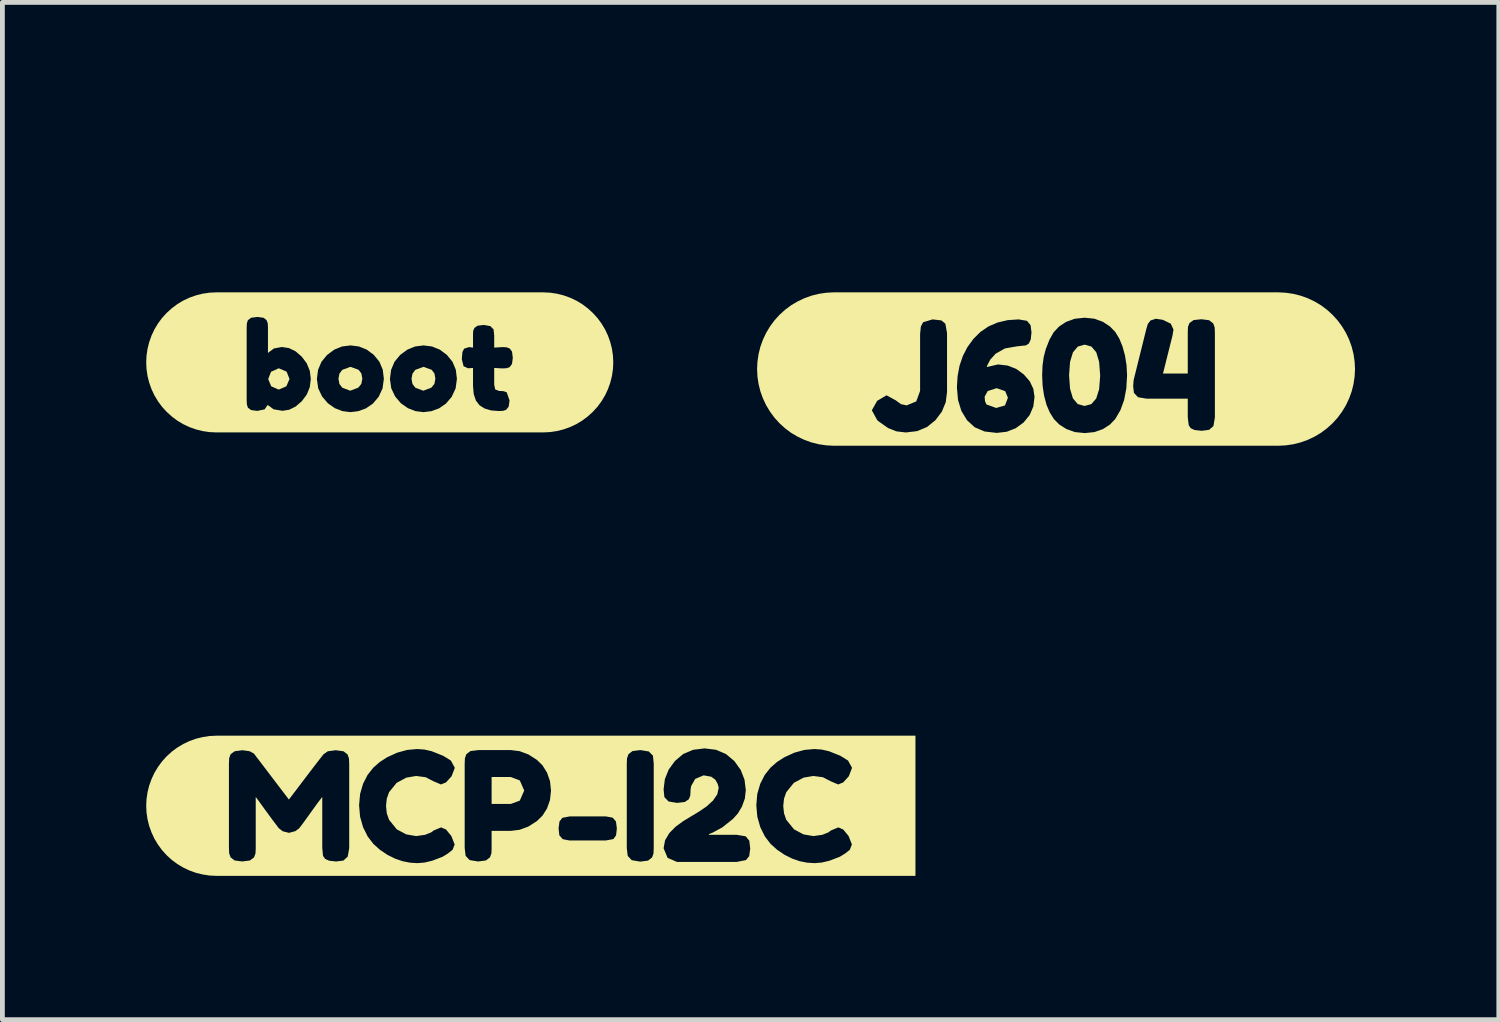
<source format=kicad_pcb>
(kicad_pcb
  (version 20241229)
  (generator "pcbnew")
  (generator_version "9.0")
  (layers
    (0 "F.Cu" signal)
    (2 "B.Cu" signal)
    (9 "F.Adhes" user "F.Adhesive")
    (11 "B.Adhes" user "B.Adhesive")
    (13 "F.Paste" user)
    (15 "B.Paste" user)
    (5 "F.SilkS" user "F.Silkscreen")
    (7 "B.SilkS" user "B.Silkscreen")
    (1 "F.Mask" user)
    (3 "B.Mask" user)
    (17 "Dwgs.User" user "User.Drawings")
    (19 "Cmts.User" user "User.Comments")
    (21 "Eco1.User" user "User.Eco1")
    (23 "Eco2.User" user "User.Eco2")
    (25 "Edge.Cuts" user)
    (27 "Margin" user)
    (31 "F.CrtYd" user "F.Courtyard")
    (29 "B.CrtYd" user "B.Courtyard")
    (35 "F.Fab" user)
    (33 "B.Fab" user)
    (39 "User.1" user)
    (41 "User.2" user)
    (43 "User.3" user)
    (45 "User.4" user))
  (footprint "kibuzzard-65BC6282"
    (layer "F.Cu")
    (at 18.981 4.649)
    (property "Reference" "kibuzzard-65BC6282" (at 0 -4.648 0) (layer "F.SilkS") (effects (font (size 0.001 0.001) (thickness 0.15))))
    (attr board_only exclude_from_pos_files exclude_from_bom)
    (fp_poly (pts (xy -1.249 0.812) (xy -1.065 0.759) (xy -1.004 0.599) (xy -1.06 0.462) (xy -1.238 0.399) (xy -1.425 0.458) (xy -1.49 0.577) (xy -1.482 0.669) (xy -1.452 0.739) (xy -1.249 0.812)) (stroke (width 0) (type solid)) (fill yes) (layer "F.SilkS"))
    (fp_poly (pts (xy 0.593 0.77) (xy 0.736 0.732) (xy 0.838 0.615) (xy 0.899 0.42) (xy 0.92 0.148) (xy 0.92 0.129) (xy 0.899 -0.15) (xy 0.839 -0.35) (xy 0.738 -0.469) (xy 0.596 -0.509) (xy 0.454 -0.469) (xy 0.353 -0.349) (xy 0.292 -0.149) (xy 0.272 0.131) (xy 0.292 0.411) (xy 0.352 0.611) (xy 0.452 0.73) (xy 0.593 0.77)) (stroke (width 0) (type solid)) (fill yes) (layer "F.SilkS"))
    (fp_poly (pts (xy -3.843 -1.6) (xy -4.637 -1.6) (xy -4.793 -1.592) (xy -4.949 -1.569) (xy -5.101 -1.531) (xy -5.249 -1.478) (xy -5.391 -1.411) (xy -5.526 -1.331) (xy -5.652 -1.237) (xy -5.768 -1.132) (xy -5.874 -1.015) (xy -5.967 -0.889) (xy -6.048 -0.754) (xy -6.115 -0.612) (xy -6.168 -0.465) (xy -6.206 -0.312) (xy -6.229 -0.157) (xy -6.237 0) (xy -6.229 0.157) (xy -6.206 0.312) (xy -6.168 0.465) (xy -6.115 0.612) (xy -6.048 0.754) (xy -5.967 0.889) (xy -5.874 1.015) (xy -5.768 1.132) (xy -5.652 1.237) (xy -5.526 1.331) (xy -5.391 1.411) (xy -5.249 1.478) (xy -5.101 1.531) (xy -4.949 1.569) (xy -4.793 1.592) (xy -4.637 1.6) (xy -3.843 1.6) (xy -3.132 1.6) (xy -3.132 1.323) (xy -3.329 1.3) (xy -3.503 1.231) (xy -3.706 1.088) (xy -3.732 1.063) (xy -3.843 0.861) (xy -3.732 0.663) (xy -3.535 0.548) (xy -3.344 0.653) (xy -3.235 0.732) (xy -3.117 0.758) (xy -2.916 0.675) (xy -2.836 0.456) (xy -2.836 -0.731) (xy -2.82 -0.888) (xy -2.773 -0.976) (xy -2.576 -1.036) (xy -2.393 -1.015) (xy -2.309 -0.947) (xy -2.274 -0.75) (xy -2.274 0.478) (xy -2.301 0.692) (xy -2.382 0.888) (xy -2.516 1.067) (xy -2.691 1.209) (xy -2.897 1.295) (xy -3.132 1.323) (xy -3.132 1.6) (xy -1.236 1.6) (xy -1.236 1.332) (xy -1.489 1.303) (xy -1.696 1.215) (xy -1.858 1.067) (xy -1.975 0.873) (xy -2.045 0.645) (xy -2.068 0.383) (xy -2.054 0.149) (xy -2.013 -0.07) (xy -1.944 -0.273) (xy -1.848 -0.459) (xy -1.723 -0.63) (xy -1.576 -0.776) (xy -1.408 -0.89) (xy -1.219 -0.971) (xy -1.011 -1.02) (xy -0.782 -1.036) (xy -0.606 -1.006) (xy -0.531 -0.915) (xy -0.512 -0.763) (xy -0.528 -0.617) (xy -0.566 -0.534) (xy -0.63 -0.493) (xy -0.814 -0.474) (xy -1.066 -0.43) (xy -1.258 -0.322) (xy -1.371 -0.198) (xy -1.43 -0.087) (xy -1.446 -0.042) (xy -1.211 -0.096) (xy -1.011 -0.073) (xy -0.832 -0.004) (xy -0.673 0.112) (xy -0.548 0.256) (xy -0.474 0.412) (xy -0.449 0.58) (xy -0.474 0.782) (xy -0.551 0.961) (xy -0.679 1.117) (xy -0.843 1.236) (xy -1.029 1.308) (xy -1.236 1.332) (xy -1.236 1.6) (xy 0.599 1.6) (xy 0.599 1.336) (xy 0.395 1.315) (xy 0.216 1.251) (xy 0.068 1.157) (xy -0.044 1.044) (xy -0.129 0.908) (xy -0.198 0.748) (xy -0.249 0.558) (xy -0.28 0.352) (xy -0.29 0.129) (xy -0.282 -0.072) (xy -0.257 -0.253) (xy -0.215 -0.414) (xy -0.136 -0.615) (xy -0.049 -0.768) (xy 0.062 -0.886) (xy 0.21 -0.984) (xy 0.39 -1.049) (xy 0.596 -1.071) (xy 0.801 -1.05) (xy 0.978 -0.985) (xy 1.124 -0.889) (xy 1.236 -0.773) (xy 1.32 -0.634) (xy 1.386 -0.474) (xy 1.439 -0.28) (xy 1.471 -0.078) (xy 1.482 0.132) (xy 1.466 0.405) (xy 1.42 0.647) (xy 1.342 0.86) (xy 1.234 1.044) (xy 1.124 1.159) (xy 0.978 1.253) (xy 0.802 1.315) (xy 0.599 1.336) (xy 0.599 1.6) (xy 3.037 1.6) (xy 3.037 1.288) (xy 2.891 1.272) (xy 2.809 1.234) (xy 2.768 1.171) (xy 2.748 1.005) (xy 2.748 0.618) (xy 1.888 0.618) (xy 1.711 0.588) (xy 1.625 0.497) (xy 1.609 0.361) (xy 1.618 0.234) (xy 1.882 -0.83) (xy 1.915 -0.941) (xy 1.972 -1.014) (xy 2.082 -1.049) (xy 2.228 -1.027) (xy 2.394 -0.946) (xy 2.45 -0.823) (xy 2.428 -0.69) (xy 2.425 -0.681) (xy 2.231 0.094) (xy 2.748 0.094) (xy 2.748 -0.773) (xy 2.753 -0.881) (xy 2.783 -0.96) (xy 2.871 -1.022) (xy 3.033 -1.039) (xy 3.193 -1.019) (xy 3.279 -0.952) (xy 3.309 -0.868) (xy 3.314 -0.757) (xy 3.314 1.009) (xy 3.283 1.191) (xy 3.191 1.269) (xy 3.037 1.288) (xy 3.037 1.6) (xy 3.314 1.6) (xy 4.637 1.6) (xy 4.793 1.592) (xy 4.949 1.569) (xy 5.101 1.531) (xy 5.249 1.478) (xy 5.391 1.411) (xy 5.526 1.331) (xy 5.652 1.237) (xy 5.768 1.132) (xy 5.874 1.015) (xy 5.967 0.889) (xy 6.048 0.754) (xy 6.115 0.612) (xy 6.168 0.465) (xy 6.206 0.312) (xy 6.229 0.157) (xy 6.237 0) (xy 6.229 -0.157) (xy 6.206 -0.312) (xy 6.168 -0.465) (xy 6.115 -0.612) (xy 6.048 -0.754) (xy 5.967 -0.889) (xy 5.874 -1.015) (xy 5.768 -1.132) (xy 5.652 -1.237) (xy 5.526 -1.331) (xy 5.391 -1.411) (xy 5.249 -1.478) (xy 5.101 -1.531) (xy 4.949 -1.569) (xy 4.793 -1.592) (xy 4.637 -1.6) (xy 3.314 -1.6) (xy -3.843 -1.6)) (stroke (width 0) (type solid)) (fill yes) (layer "F.SilkS")))
  (footprint "kibuzzard-65A40139"
    (layer "F.Cu")
    (at 4.872 4.51)
    (property "Reference" "kibuzzard-65A40139" (at 0 -4.509 0) (layer "F.SilkS") (effects (font (size 0.001 0.001) (thickness 0.15))))
    (attr board_only exclude_from_pos_files exclude_from_bom)
    (fp_poly (pts (xy -2.264 0.499) (xy -2.108 0.568) (xy -1.948 0.499) (xy -1.882 0.347) (xy -1.943 0.193) (xy -2.106 0.123) (xy -2.267 0.195) (xy -2.327 0.348) (xy -2.264 0.499)) (stroke (width 0) (type solid)) (fill yes) (layer "F.SilkS"))
    (fp_poly (pts (xy -0.78 0.529) (xy -0.615 0.591) (xy -0.447 0.527) (xy -0.384 0.449) (xy -0.363 0.339) (xy -0.383 0.231) (xy -0.442 0.154) (xy -0.612 0.093) (xy -0.782 0.156) (xy -0.841 0.235) (xy -0.861 0.343) (xy -0.841 0.451) (xy -0.78 0.529)) (stroke (width 0) (type solid)) (fill yes) (layer "F.SilkS"))
    (fp_poly (pts (xy 0.744 0.529) (xy 0.909 0.591) (xy 1.077 0.527) (xy 1.14 0.449) (xy 1.161 0.339) (xy 1.141 0.231) (xy 1.082 0.154) (xy 0.912 0.093) (xy 0.742 0.156) (xy 0.683 0.235) (xy 0.663 0.343) (xy 0.683 0.451) (xy 0.744 0.529)) (stroke (width 0) (type solid)) (fill yes) (layer "F.SilkS"))
    (fp_poly (pts (xy -2.776 -1.461) (xy -3.411 -1.461) (xy -3.554 -1.454) (xy -3.696 -1.433) (xy -3.835 -1.398) (xy -3.97 -1.35) (xy -4.1 -1.289) (xy -4.223 -1.215) (xy -4.338 -1.129) (xy -4.444 -1.033) (xy -4.541 -0.927) (xy -4.626 -0.812) (xy -4.7 -0.689) (xy -4.761 -0.559) (xy -4.809 -0.424) (xy -4.844 -0.285) (xy -4.865 -0.143) (xy -4.872 0) (xy -4.865 0.143) (xy -4.844 0.285) (xy -4.809 0.424) (xy -4.761 0.559) (xy -4.7 0.689) (xy -4.626 0.812) (xy -4.541 0.927) (xy -4.444 1.033) (xy -4.338 1.129) (xy -4.223 1.215) (xy -4.1 1.289) (xy -3.97 1.35) (xy -3.835 1.398) (xy -3.696 1.433) (xy -3.554 1.454) (xy -3.411 1.461) (xy -2.776 1.461) (xy -2.555 1.461) (xy -2.555 1.012) (xy -2.684 0.995) (xy -2.751 0.944) (xy -2.772 0.876) (xy -2.776 0.789) (xy -2.776 -0.728) (xy -2.772 -0.815) (xy -2.751 -0.88) (xy -2.684 -0.931) (xy -2.553 -0.948) (xy -2.424 -0.931) (xy -2.36 -0.88) (xy -2.336 -0.813) (xy -2.332 -0.725) (xy -2.332 -0.197) (xy -2.209 -0.29) (xy -2.042 -0.321) (xy -1.896 -0.299) (xy -1.757 -0.232) (xy -1.627 -0.12) (xy -1.522 0.021) (xy -1.459 0.176) (xy -1.438 0.346) (xy -1.459 0.515) (xy -1.521 0.67) (xy -1.626 0.81) (xy -1.754 0.921) (xy -1.889 0.988) (xy -2.029 1.01) (xy -2.214 0.979) (xy -2.337 0.888) (xy -2.402 0.981) (xy -2.555 1.012) (xy -2.555 1.461) (xy -0.612 1.461) (xy -0.612 1.038) (xy -0.777 1.017) (xy -0.937 0.955) (xy -1.082 0.853) (xy -1.203 0.711) (xy -1.284 0.54) (xy -1.311 0.347) (xy -1.287 0.156) (xy -1.216 -0.012) (xy -1.097 -0.156) (xy -0.948 -0.266) (xy -0.786 -0.332) (xy -0.61 -0.354) (xy -0.434 -0.332) (xy -0.272 -0.267) (xy -0.124 -0.157) (xy -0.007 -0.014) (xy 0.063 0.153) (xy 0.086 0.344) (xy 0.059 0.543) (xy -0.023 0.719) (xy -0.144 0.861) (xy -0.288 0.96) (xy -0.447 1.018) (xy -0.612 1.038) (xy -0.612 1.461) (xy 0.912 1.461) (xy 0.912 1.038) (xy 0.747 1.017) (xy 0.587 0.955) (xy 0.442 0.853) (xy 0.321 0.711) (xy 0.24 0.54) (xy 0.213 0.347) (xy 0.237 0.156) (xy 0.308 -0.012) (xy 0.427 -0.156) (xy 0.576 -0.266) (xy 0.738 -0.332) (xy 0.914 -0.354) (xy 1.09 -0.332) (xy 1.252 -0.267) (xy 1.4 -0.157) (xy 1.517 -0.014) (xy 1.587 0.153) (xy 1.61 0.344) (xy 1.583 0.543) (xy 1.501 0.719) (xy 1.38 0.861) (xy 1.236 0.96) (xy 1.077 1.018) (xy 0.912 1.038) (xy 0.912 1.461) (xy 2.484 1.461) (xy 2.484 1.015) (xy 2.322 1.002) (xy 2.188 0.962) (xy 2.083 0.896) (xy 2.007 0.798) (xy 1.961 0.663) (xy 1.946 0.492) (xy 1.946 0.116) (xy 1.841 0.123) (xy 1.749 0.08) (xy 1.712 -0.067) (xy 1.725 -0.218) (xy 1.76 -0.286) (xy 1.862 -0.319) (xy 1.946 -0.308) (xy 1.946 -0.57) (xy 1.949 -0.656) (xy 1.974 -0.717) (xy 2.039 -0.765) (xy 2.169 -0.781) (xy 2.307 -0.757) (xy 2.375 -0.687) (xy 2.388 -0.557) (xy 2.388 -0.308) (xy 2.557 -0.319) (xy 2.643 -0.315) (xy 2.71 -0.291) (xy 2.76 -0.225) (xy 2.776 -0.095) (xy 2.759 0.034) (xy 2.708 0.101) (xy 2.64 0.122) (xy 2.553 0.126) (xy 2.388 0.116) (xy 2.388 0.466) (xy 2.409 0.565) (xy 2.49 0.596) (xy 2.582 0.6) (xy 2.649 0.624) (xy 2.708 0.794) (xy 2.69 0.923) (xy 2.637 0.99) (xy 2.569 1.011) (xy 2.484 1.015) (xy 2.484 1.461) (xy 2.776 1.461) (xy 3.411 1.461) (xy 3.554 1.454) (xy 3.696 1.433) (xy 3.835 1.398) (xy 3.97 1.35) (xy 4.1 1.289) (xy 4.223 1.215) (xy 4.338 1.129) (xy 4.444 1.033) (xy 4.541 0.927) (xy 4.626 0.812) (xy 4.7 0.689) (xy 4.761 0.559) (xy 4.809 0.424) (xy 4.844 0.285) (xy 4.865 0.143) (xy 4.872 0) (xy 4.865 -0.143) (xy 4.844 -0.285) (xy 4.809 -0.424) (xy 4.761 -0.559) (xy 4.7 -0.689) (xy 4.626 -0.812) (xy 4.541 -0.927) (xy 4.444 -1.033) (xy 4.338 -1.129) (xy 4.223 -1.215) (xy 4.1 -1.289) (xy 3.97 -1.35) (xy 3.835 -1.398) (xy 3.696 -1.433) (xy 3.554 -1.454) (xy 3.411 -1.461) (xy 2.776 -1.461) (xy -2.776 -1.461)) (stroke (width 0) (type solid)) (fill yes) (layer "F.SilkS")))
  (footprint "kibuzzard-65BFAF9E"
    (layer "F.Cu")
    (at 8.024 13.76)
    (property "Reference" "kibuzzard-65BFAF9E" (at 0 -4.51 0) (layer "F.SilkS") (effects (font (size 0.001 0.001) (thickness 0.15))))
    (attr board_only exclude_from_pos_files exclude_from_bom)
    (fp_poly (pts (xy -0.421 -0.6) (xy -0.818 -0.6) (xy -0.818 -0.038) (xy -0.418 -0.038) (xy -0.23 -0.108) (xy -0.138 -0.318) (xy -0.23 -0.529) (xy -0.421 -0.6)) (stroke (width 0) (type solid)) (fill yes) (layer "F.SilkS"))
    (fp_poly (pts (xy -6.298 -1.462) (xy -6.562 -1.462) (xy -6.705 -1.455) (xy -6.847 -1.433) (xy -6.986 -1.399) (xy -7.122 -1.35) (xy -7.251 -1.289) (xy -7.374 -1.215) (xy -7.489 -1.13) (xy -7.596 -1.033) (xy -7.692 -0.927) (xy -7.777 -0.812) (xy -7.851 -0.689) (xy -7.912 -0.559) (xy -7.961 -0.424) (xy -7.996 -0.285) (xy -8.017 -0.143) (xy -8.024 0) (xy -8.017 0.143) (xy -7.996 0.285) (xy -7.961 0.424) (xy -7.912 0.559) (xy -7.851 0.689) (xy -7.777 0.812) (xy -7.692 0.927) (xy -7.596 1.033) (xy -7.489 1.13) (xy -7.374 1.215) (xy -7.251 1.289) (xy -7.122 1.35) (xy -6.986 1.399) (xy -6.847 1.433) (xy -6.705 1.455) (xy -6.562 1.462) (xy -6.298 1.462) (xy -4.062 1.462) (xy -4.062 1.162) (xy -4.208 1.146) (xy -4.291 1.108) (xy -4.335 1.045) (xy -4.351 0.879) (xy -4.351 -0.184) (xy -4.449 -0.057) (xy -4.583 0.129) (xy -4.708 0.303) (xy -4.777 0.397) (xy -4.834 0.471) (xy -4.912 0.529) (xy -5.045 0.565) (xy -5.175 0.532) (xy -5.259 0.467) (xy -5.285 0.432) (xy -5.379 0.308) (xy -5.536 0.094) (xy -5.68 -0.105) (xy -5.739 -0.184) (xy -5.739 0.886) (xy -5.744 0.995) (xy -5.774 1.076) (xy -5.859 1.141) (xy -6.021 1.162) (xy -6.179 1.141) (xy -6.263 1.076) (xy -6.293 0.994) (xy -6.298 0.879) (xy -6.298 -0.883) (xy -6.293 -0.992) (xy -6.263 -1.076) (xy -6.177 -1.138) (xy -6.015 -1.159) (xy -5.867 -1.138) (xy -5.786 -1.095) (xy -5.767 -1.076) (xy -5.047 -0.13) (xy -4.845 -0.396) (xy -4.672 -0.624) (xy -4.528 -0.813) (xy -4.413 -0.962) (xy -4.326 -1.073) (xy -4.235 -1.137) (xy -4.07 -1.159) (xy -3.908 -1.137) (xy -3.824 -1.073) (xy -3.794 -0.987) (xy -3.789 -0.876) (xy -3.789 0.886) (xy -3.82 1.06) (xy -3.91 1.143) (xy -4.062 1.162) (xy -4.062 1.462) (xy -2.369 1.462) (xy -2.369 1.197) (xy -2.52 1.187) (xy -2.673 1.157) (xy -2.83 1.104) (xy -2.991 1.024) (xy -3.146 0.92) (xy -3.285 0.795) (xy -3.403 0.641) (xy -3.499 0.449) (xy -3.562 0.229) (xy -3.583 -0.01) (xy -3.562 -0.246) (xy -3.5 -0.459) (xy -3.406 -0.643) (xy -3.289 -0.792) (xy -3.152 -0.913) (xy -2.996 -1.013) (xy -2.788 -1.108) (xy -2.579 -1.165) (xy -2.37 -1.184) (xy -2.22 -1.173) (xy -2.067 -1.138) (xy -1.834 -1.045) (xy -1.757 -1) (xy -1.668 -0.943) (xy -1.586 -0.792) (xy -1.653 -0.616) (xy -1.77 -0.487) (xy -1.875 -0.445) (xy -2.037 -0.514) (xy -2.192 -0.595) (xy -2.392 -0.622) (xy -2.597 -0.587) (xy -2.799 -0.479) (xy -2.958 -0.283) (xy -3.005 -0.147) (xy -3.021 0.005) (xy -3.005 0.157) (xy -2.958 0.292) (xy -2.796 0.492) (xy -2.598 0.597) (xy -2.392 0.632) (xy -2.207 0.606) (xy -2.081 0.556) (xy -2.024 0.514) (xy -1.872 0.451) (xy -1.769 0.495) (xy -1.659 0.629) (xy -1.589 0.806) (xy -1.632 0.918) (xy -1.732 0.997) (xy -1.841 1.064) (xy -2.056 1.146) (xy -2.215 1.184) (xy -2.369 1.197) (xy -2.369 1.462) (xy -1.1 1.462) (xy -1.1 1.162) (xy -1.276 1.133) (xy -1.36 1.045) (xy -1.38 0.879) (xy -1.38 -0.883) (xy -1.375 -0.992) (xy -1.345 -1.076) (xy -1.26 -1.141) (xy -1.097 -1.162) (xy -0.418 -1.162) (xy -0.233 -1.139) (xy -0.052 -1.072) (xy 0.125 -0.959) (xy 0.244 -0.843) (xy 0.338 -0.692) (xy 0.4 -0.514) (xy 0.421 -0.318) (xy 0.4 -0.121) (xy 0.338 0.056) (xy 0.244 0.205) (xy 0.125 0.321) (xy -0.052 0.434) (xy -0.234 0.501) (xy -0.421 0.524) (xy -0.818 0.524) (xy -0.818 0.883) (xy -0.822 0.992) (xy -0.852 1.076) (xy -0.937 1.141) (xy -1.1 1.162) (xy -1.1 1.462) (xy 1.564 1.462) (xy 1.564 0.724) (xy 0.808 0.724) (xy 0.666 0.697) (xy 0.595 0.616) (xy 0.579 0.47) (xy 0.598 0.327) (xy 0.659 0.251) (xy 0.811 0.222) (xy 1.567 0.222) (xy 1.708 0.248) (xy 1.776 0.327) (xy 1.795 0.473) (xy 1.778 0.618) (xy 1.722 0.695) (xy 1.564 0.724) (xy 1.564 1.462) (xy 2.281 1.462) (xy 2.281 1.165) (xy 2.105 1.135) (xy 2.021 1.045) (xy 2.002 0.883) (xy 2.002 -0.883) (xy 2.007 -0.992) (xy 2.037 -1.076) (xy 2.121 -1.141) (xy 2.284 -1.162) (xy 2.461 -1.133) (xy 2.548 -1.045) (xy 2.564 -0.879) (xy 2.564 0.886) (xy 2.559 0.997) (xy 2.529 1.079) (xy 2.445 1.144) (xy 2.281 1.165) (xy 2.281 1.462) (xy 4.291 1.462) (xy 4.291 1.172) (xy 3.05 1.172) (xy 2.853 1.086) (xy 2.77 0.886) (xy 2.8 0.721) (xy 2.889 0.57) (xy 3.021 0.436) (xy 3.177 0.322) (xy 3.345 0.22) (xy 3.513 0.119) (xy 3.669 0.012) (xy 3.8 -0.108) (xy 3.89 -0.239) (xy 3.92 -0.378) (xy 3.897 -0.459) (xy 3.848 -0.545) (xy 3.764 -0.606) (xy 3.605 -0.635) (xy 3.429 -0.56) (xy 3.345 -0.413) (xy 3.332 -0.34) (xy 3.332 -0.321) (xy 3.327 -0.216) (xy 3.297 -0.137) (xy 3.212 -0.079) (xy 3.05 -0.06) (xy 2.873 -0.09) (xy 2.786 -0.181) (xy 2.77 -0.343) (xy 2.796 -0.555) (xy 2.875 -0.753) (xy 3.007 -0.935) (xy 3.181 -1.081) (xy 3.387 -1.168) (xy 3.626 -1.197) (xy 3.865 -1.168) (xy 4.072 -1.079) (xy 4.247 -0.932) (xy 4.379 -0.747) (xy 4.458 -0.545) (xy 4.485 -0.327) (xy 4.465 -0.151) (xy 4.405 0.016) (xy 4.318 0.162) (xy 4.215 0.276) (xy 3.993 0.452) (xy 3.796 0.559) (xy 3.716 0.591) (xy 3.716 0.606) (xy 4.297 0.606) (xy 4.483 0.637) (xy 4.558 0.729) (xy 4.577 0.891) (xy 4.556 1.051) (xy 4.488 1.133) (xy 4.291 1.172) (xy 4.291 1.462) (xy 5.918 1.462) (xy 5.918 1.197) (xy 5.767 1.187) (xy 5.613 1.157) (xy 5.457 1.104) (xy 5.296 1.024) (xy 5.141 0.92) (xy 5.002 0.795) (xy 4.884 0.641) (xy 4.788 0.449) (xy 4.725 0.229) (xy 4.704 -0.01) (xy 4.724 -0.246) (xy 4.786 -0.459) (xy 4.88 -0.643) (xy 4.997 -0.792) (xy 5.135 -0.913) (xy 5.291 -1.013) (xy 5.499 -1.108) (xy 5.707 -1.165) (xy 5.917 -1.184) (xy 6.067 -1.173) (xy 6.22 -1.138) (xy 6.453 -1.045) (xy 6.529 -1) (xy 6.618 -0.943) (xy 6.701 -0.792) (xy 6.634 -0.616) (xy 6.517 -0.487) (xy 6.412 -0.445) (xy 6.25 -0.514) (xy 6.094 -0.595) (xy 5.894 -0.622) (xy 5.69 -0.587) (xy 5.488 -0.479) (xy 5.329 -0.283) (xy 5.282 -0.147) (xy 5.266 0.005) (xy 5.282 0.157) (xy 5.329 0.292) (xy 5.491 0.492) (xy 5.689 0.597) (xy 5.894 0.632) (xy 6.08 0.606) (xy 6.206 0.556) (xy 6.263 0.514) (xy 6.415 0.451) (xy 6.517 0.495) (xy 6.628 0.629) (xy 6.698 0.806) (xy 6.655 0.918) (xy 6.555 0.997) (xy 6.445 1.064) (xy 6.231 1.146) (xy 6.072 1.184) (xy 5.918 1.197) (xy 5.918 1.462) (xy 6.701 1.462) (xy 8.024 1.462) (xy 8.024 -1.462) (xy 6.701 -1.462) (xy -6.298 -1.462)) (stroke (width 0) (type solid)) (fill yes) (layer "F.SilkS")))
  (gr_rect
    (start -3 -3)
    (end 28.218 18.222)
    (stroke (width 0.1) (type default))
    (fill no)
    (layer "Edge.Cuts")))
</source>
